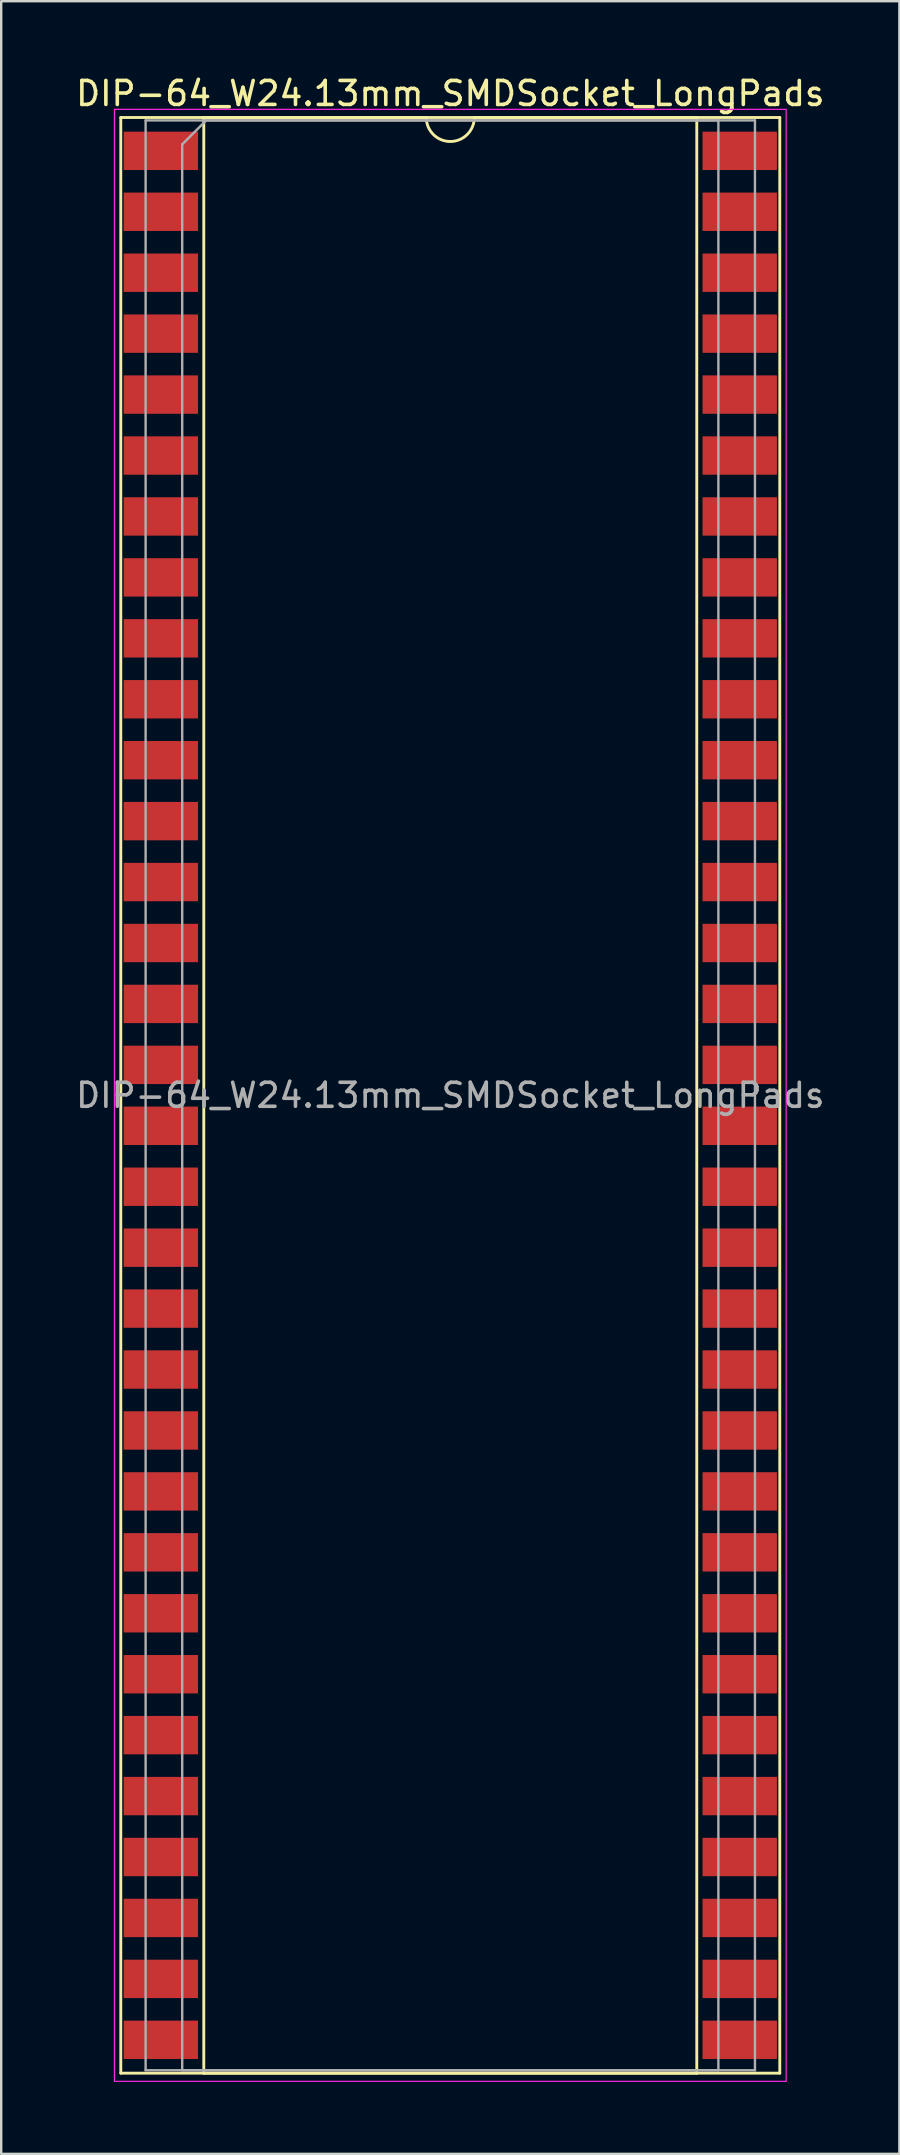
<source format=kicad_pcb>
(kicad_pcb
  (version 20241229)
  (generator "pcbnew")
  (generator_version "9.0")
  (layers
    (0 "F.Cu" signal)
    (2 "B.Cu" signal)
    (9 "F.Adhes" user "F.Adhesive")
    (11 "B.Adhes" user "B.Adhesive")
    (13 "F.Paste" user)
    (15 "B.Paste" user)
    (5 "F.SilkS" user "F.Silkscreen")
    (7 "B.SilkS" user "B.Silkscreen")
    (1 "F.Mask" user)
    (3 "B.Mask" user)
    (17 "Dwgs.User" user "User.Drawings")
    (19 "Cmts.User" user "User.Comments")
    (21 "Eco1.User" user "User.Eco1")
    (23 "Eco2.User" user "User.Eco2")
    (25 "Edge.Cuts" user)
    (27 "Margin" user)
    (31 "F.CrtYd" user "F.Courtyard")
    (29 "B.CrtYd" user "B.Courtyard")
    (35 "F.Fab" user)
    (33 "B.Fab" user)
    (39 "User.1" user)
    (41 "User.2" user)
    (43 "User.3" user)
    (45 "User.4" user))
  (footprint "DIP-64_W24.13mm_SMDSocket_LongPads"
    (layer "F.Cu")
    (at 15.72 42.608)
    (property "Reference" "DIP-64_W24.13mm_SMDSocket_LongPads" (at 0 -41.76 0) (layer "F.SilkS") (effects (font (size 1 1) (thickness 0.15))))
    (attr smd)
    (fp_line (start -13.735 -40.76) (end -13.735 40.76) (stroke (width 0.12) (type solid)) (layer "F.SilkS"))
    (fp_line (start -13.735 40.76) (end 13.735 40.76) (stroke (width 0.12) (type solid)) (layer "F.SilkS"))
    (fp_line (start -10.275 -40.76) (end -10.275 40.76) (stroke (width 0.12) (type solid)) (layer "F.SilkS"))
    (fp_line (start -10.275 40.76) (end 10.275 40.76) (stroke (width 0.12) (type solid)) (layer "F.SilkS"))
    (fp_line (start -1 -40.76) (end -10.275 -40.76) (stroke (width 0.12) (type solid)) (layer "F.SilkS"))
    (fp_line (start 10.275 -40.76) (end 1 -40.76) (stroke (width 0.12) (type solid)) (layer "F.SilkS"))
    (fp_line (start 10.275 40.76) (end 10.275 -40.76) (stroke (width 0.12) (type solid)) (layer "F.SilkS"))
    (fp_line (start 13.735 -40.76) (end -13.735 -40.76) (stroke (width 0.12) (type solid)) (layer "F.SilkS"))
    (fp_line (start 13.735 40.76) (end 13.735 -40.76) (stroke (width 0.12) (type solid)) (layer "F.SilkS"))
    (fp_arc (start 1 -40.76) (mid 0 -39.76) (end -1 -40.76) (stroke (width 0.12) (type solid)) (layer "F.SilkS"))
    (fp_line (start -14 -41.1) (end -14 41.1) (stroke (width 0.05) (type solid)) (layer "F.CrtYd"))
    (fp_line (start -14 41.1) (end 14 41.1) (stroke (width 0.05) (type solid)) (layer "F.CrtYd"))
    (fp_line (start 14 -41.1) (end -14 -41.1) (stroke (width 0.05) (type solid)) (layer "F.CrtYd"))
    (fp_line (start 14 41.1) (end 14 -41.1) (stroke (width 0.05) (type solid)) (layer "F.CrtYd"))
    (fp_line (start -12.7 -40.64) (end -12.7 40.64) (stroke (width 0.1) (type solid)) (layer "F.Fab"))
    (fp_line (start -12.7 40.64) (end 12.7 40.64) (stroke (width 0.1) (type solid)) (layer "F.Fab"))
    (fp_line (start -11.175 -39.64) (end -10.175 -40.64) (stroke (width 0.1) (type solid)) (layer "F.Fab"))
    (fp_line (start -11.175 40.64) (end -11.175 -39.64) (stroke (width 0.1) (type solid)) (layer "F.Fab"))
    (fp_line (start -10.175 -40.64) (end 11.175 -40.64) (stroke (width 0.1) (type solid)) (layer "F.Fab"))
    (fp_line (start 11.175 -40.64) (end 11.175 40.64) (stroke (width 0.1) (type solid)) (layer "F.Fab"))
    (fp_line (start 11.175 40.64) (end -11.175 40.64) (stroke (width 0.1) (type solid)) (layer "F.Fab"))
    (fp_line (start 12.7 -40.64) (end -12.7 -40.64) (stroke (width 0.1) (type solid)) (layer "F.Fab"))
    (fp_line (start 12.7 40.64) (end 12.7 -40.64) (stroke (width 0.1) (type solid)) (layer "F.Fab"))
    (fp_text user "${REFERENCE}" (at 0 0 0) (layer "F.Fab") (effects (font (size 1 1) (thickness 0.15))))
    (pad "1" smd rect (at -12.065 -39.37) (size 3.1 1.6) (layers "F.Cu" "F.Mask" "F.Paste"))
    (pad "2" smd rect (at -12.065 -36.83) (size 3.1 1.6) (layers "F.Cu" "F.Mask" "F.Paste"))
    (pad "3" smd rect (at -12.065 -34.29) (size 3.1 1.6) (layers "F.Cu" "F.Mask" "F.Paste"))
    (pad "4" smd rect (at -12.065 -31.75) (size 3.1 1.6) (layers "F.Cu" "F.Mask" "F.Paste"))
    (pad "5" smd rect (at -12.065 -29.21) (size 3.1 1.6) (layers "F.Cu" "F.Mask" "F.Paste"))
    (pad "6" smd rect (at -12.065 -26.67) (size 3.1 1.6) (layers "F.Cu" "F.Mask" "F.Paste"))
    (pad "7" smd rect (at -12.065 -24.13) (size 3.1 1.6) (layers "F.Cu" "F.Mask" "F.Paste"))
    (pad "8" smd rect (at -12.065 -21.59) (size 3.1 1.6) (layers "F.Cu" "F.Mask" "F.Paste"))
    (pad "9" smd rect (at -12.065 -19.05) (size 3.1 1.6) (layers "F.Cu" "F.Mask" "F.Paste"))
    (pad "10" smd rect (at -12.065 -16.51) (size 3.1 1.6) (layers "F.Cu" "F.Mask" "F.Paste"))
    (pad "11" smd rect (at -12.065 -13.97) (size 3.1 1.6) (layers "F.Cu" "F.Mask" "F.Paste"))
    (pad "12" smd rect (at -12.065 -11.43) (size 3.1 1.6) (layers "F.Cu" "F.Mask" "F.Paste"))
    (pad "13" smd rect (at -12.065 -8.89) (size 3.1 1.6) (layers "F.Cu" "F.Mask" "F.Paste"))
    (pad "14" smd rect (at -12.065 -6.35) (size 3.1 1.6) (layers "F.Cu" "F.Mask" "F.Paste"))
    (pad "15" smd rect (at -12.065 -3.81) (size 3.1 1.6) (layers "F.Cu" "F.Mask" "F.Paste"))
    (pad "16" smd rect (at -12.065 -1.27) (size 3.1 1.6) (layers "F.Cu" "F.Mask" "F.Paste"))
    (pad "17" smd rect (at -12.065 1.27) (size 3.1 1.6) (layers "F.Cu" "F.Mask" "F.Paste"))
    (pad "18" smd rect (at -12.065 3.81) (size 3.1 1.6) (layers "F.Cu" "F.Mask" "F.Paste"))
    (pad "19" smd rect (at -12.065 6.35) (size 3.1 1.6) (layers "F.Cu" "F.Mask" "F.Paste"))
    (pad "20" smd rect (at -12.065 8.89) (size 3.1 1.6) (layers "F.Cu" "F.Mask" "F.Paste"))
    (pad "21" smd rect (at -12.065 11.43) (size 3.1 1.6) (layers "F.Cu" "F.Mask" "F.Paste"))
    (pad "22" smd rect (at -12.065 13.97) (size 3.1 1.6) (layers "F.Cu" "F.Mask" "F.Paste"))
    (pad "23" smd rect (at -12.065 16.51) (size 3.1 1.6) (layers "F.Cu" "F.Mask" "F.Paste"))
    (pad "24" smd rect (at -12.065 19.05) (size 3.1 1.6) (layers "F.Cu" "F.Mask" "F.Paste"))
    (pad "25" smd rect (at -12.065 21.59) (size 3.1 1.6) (layers "F.Cu" "F.Mask" "F.Paste"))
    (pad "26" smd rect (at -12.065 24.13) (size 3.1 1.6) (layers "F.Cu" "F.Mask" "F.Paste"))
    (pad "27" smd rect (at -12.065 26.67) (size 3.1 1.6) (layers "F.Cu" "F.Mask" "F.Paste"))
    (pad "28" smd rect (at -12.065 29.21) (size 3.1 1.6) (layers "F.Cu" "F.Mask" "F.Paste"))
    (pad "29" smd rect (at -12.065 31.75) (size 3.1 1.6) (layers "F.Cu" "F.Mask" "F.Paste"))
    (pad "30" smd rect (at -12.065 34.29) (size 3.1 1.6) (layers "F.Cu" "F.Mask" "F.Paste"))
    (pad "31" smd rect (at -12.065 36.83) (size 3.1 1.6) (layers "F.Cu" "F.Mask" "F.Paste"))
    (pad "32" smd rect (at -12.065 39.37) (size 3.1 1.6) (layers "F.Cu" "F.Mask" "F.Paste"))
    (pad "33" smd rect (at 12.065 39.37) (size 3.1 1.6) (layers "F.Cu" "F.Mask" "F.Paste"))
    (pad "34" smd rect (at 12.065 36.83) (size 3.1 1.6) (layers "F.Cu" "F.Mask" "F.Paste"))
    (pad "35" smd rect (at 12.065 34.29) (size 3.1 1.6) (layers "F.Cu" "F.Mask" "F.Paste"))
    (pad "36" smd rect (at 12.065 31.75) (size 3.1 1.6) (layers "F.Cu" "F.Mask" "F.Paste"))
    (pad "37" smd rect (at 12.065 29.21) (size 3.1 1.6) (layers "F.Cu" "F.Mask" "F.Paste"))
    (pad "38" smd rect (at 12.065 26.67) (size 3.1 1.6) (layers "F.Cu" "F.Mask" "F.Paste"))
    (pad "39" smd rect (at 12.065 24.13) (size 3.1 1.6) (layers "F.Cu" "F.Mask" "F.Paste"))
    (pad "40" smd rect (at 12.065 21.59) (size 3.1 1.6) (layers "F.Cu" "F.Mask" "F.Paste"))
    (pad "41" smd rect (at 12.065 19.05) (size 3.1 1.6) (layers "F.Cu" "F.Mask" "F.Paste"))
    (pad "42" smd rect (at 12.065 16.51) (size 3.1 1.6) (layers "F.Cu" "F.Mask" "F.Paste"))
    (pad "43" smd rect (at 12.065 13.97) (size 3.1 1.6) (layers "F.Cu" "F.Mask" "F.Paste"))
    (pad "44" smd rect (at 12.065 11.43) (size 3.1 1.6) (layers "F.Cu" "F.Mask" "F.Paste"))
    (pad "45" smd rect (at 12.065 8.89) (size 3.1 1.6) (layers "F.Cu" "F.Mask" "F.Paste"))
    (pad "46" smd rect (at 12.065 6.35) (size 3.1 1.6) (layers "F.Cu" "F.Mask" "F.Paste"))
    (pad "47" smd rect (at 12.065 3.81) (size 3.1 1.6) (layers "F.Cu" "F.Mask" "F.Paste"))
    (pad "48" smd rect (at 12.065 1.27) (size 3.1 1.6) (layers "F.Cu" "F.Mask" "F.Paste"))
    (pad "49" smd rect (at 12.065 -1.27) (size 3.1 1.6) (layers "F.Cu" "F.Mask" "F.Paste"))
    (pad "50" smd rect (at 12.065 -3.81) (size 3.1 1.6) (layers "F.Cu" "F.Mask" "F.Paste"))
    (pad "51" smd rect (at 12.065 -6.35) (size 3.1 1.6) (layers "F.Cu" "F.Mask" "F.Paste"))
    (pad "52" smd rect (at 12.065 -8.89) (size 3.1 1.6) (layers "F.Cu" "F.Mask" "F.Paste"))
    (pad "53" smd rect (at 12.065 -11.43) (size 3.1 1.6) (layers "F.Cu" "F.Mask" "F.Paste"))
    (pad "54" smd rect (at 12.065 -13.97) (size 3.1 1.6) (layers "F.Cu" "F.Mask" "F.Paste"))
    (pad "55" smd rect (at 12.065 -16.51) (size 3.1 1.6) (layers "F.Cu" "F.Mask" "F.Paste"))
    (pad "56" smd rect (at 12.065 -19.05) (size 3.1 1.6) (layers "F.Cu" "F.Mask" "F.Paste"))
    (pad "57" smd rect (at 12.065 -21.59) (size 3.1 1.6) (layers "F.Cu" "F.Mask" "F.Paste"))
    (pad "58" smd rect (at 12.065 -24.13) (size 3.1 1.6) (layers "F.Cu" "F.Mask" "F.Paste"))
    (pad "59" smd rect (at 12.065 -26.67) (size 3.1 1.6) (layers "F.Cu" "F.Mask" "F.Paste"))
    (pad "60" smd rect (at 12.065 -29.21) (size 3.1 1.6) (layers "F.Cu" "F.Mask" "F.Paste"))
    (pad "61" smd rect (at 12.065 -31.75) (size 3.1 1.6) (layers "F.Cu" "F.Mask" "F.Paste"))
    (pad "62" smd rect (at 12.065 -34.29) (size 3.1 1.6) (layers "F.Cu" "F.Mask" "F.Paste"))
    (pad "63" smd rect (at 12.065 -36.83) (size 3.1 1.6) (layers "F.Cu" "F.Mask" "F.Paste"))
    (pad "64" smd rect (at 12.065 -39.37) (size 3.1 1.6) (layers "F.Cu" "F.Mask" "F.Paste")))
  (gr_rect
    (start -3 -3)
    (end 34.44 86.733)
    (stroke (width 0.1) (type default))
    (fill no)
    (layer "Edge.Cuts")))
</source>
